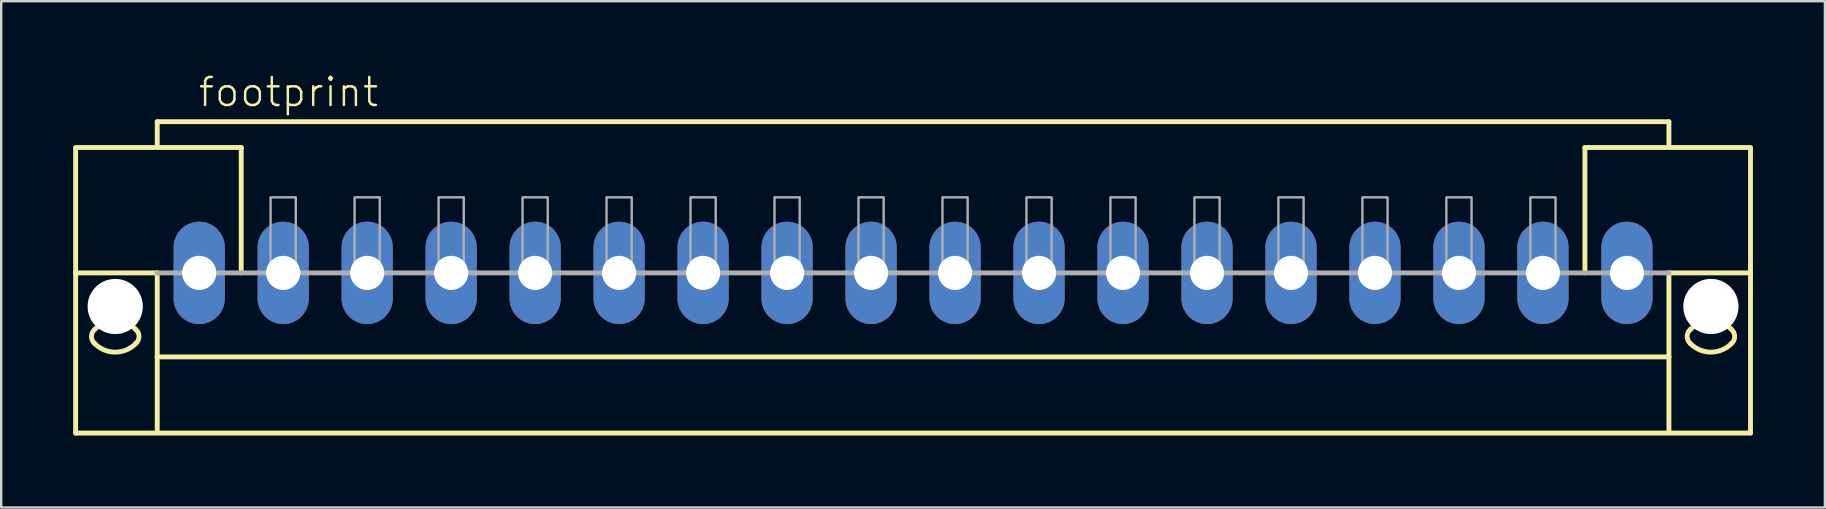
<source format=kicad_pcb>
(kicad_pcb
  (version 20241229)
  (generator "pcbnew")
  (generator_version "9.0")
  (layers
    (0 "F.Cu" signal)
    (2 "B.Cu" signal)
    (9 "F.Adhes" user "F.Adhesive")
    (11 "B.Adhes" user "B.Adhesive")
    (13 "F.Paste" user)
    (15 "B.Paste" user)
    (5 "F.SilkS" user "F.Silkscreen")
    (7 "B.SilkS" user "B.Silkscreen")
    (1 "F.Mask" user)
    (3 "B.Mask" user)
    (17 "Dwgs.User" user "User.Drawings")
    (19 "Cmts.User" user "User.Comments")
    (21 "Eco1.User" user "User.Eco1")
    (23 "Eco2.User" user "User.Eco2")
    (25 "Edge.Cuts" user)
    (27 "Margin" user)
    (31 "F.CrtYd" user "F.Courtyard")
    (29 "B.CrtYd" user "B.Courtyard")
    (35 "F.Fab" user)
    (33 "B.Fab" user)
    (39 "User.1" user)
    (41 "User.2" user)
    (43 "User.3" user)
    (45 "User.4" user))
  (footprint "footprint"
    (layer "F.Cu")
    (at 35.002 8.323)
    (property "Reference" "footprint" (at -29.85 -6.85 0) (layer "F.SilkS") (effects (font (size 1.168 1.168) (thickness 0.102)) (justify left bottom)))
    (fp_line (start -34.9 -5.225) (end -28 -5.225) (stroke (width 0.203) (type solid)) (layer "F.SilkS"))
    (fp_line (start -34.9 -5.2) (end -34.9 0) (stroke (width 0.203) (type solid)) (layer "F.SilkS"))
    (fp_line (start -34.9 0) (end -34.9 6.675) (stroke (width 0.203) (type solid)) (layer "F.SilkS"))
    (fp_line (start -34.9 0) (end -31.5 0) (stroke (width 0.203) (type solid)) (layer "F.SilkS"))
    (fp_line (start -34.9 6.675) (end 34.9 6.675) (stroke (width 0.203) (type solid)) (layer "F.SilkS"))
    (fp_line (start -31.5 -6.3) (end 31.5 -6.3) (stroke (width 0.203) (type solid)) (layer "F.SilkS"))
    (fp_line (start -31.5 -5.3) (end -31.5 -6.3) (stroke (width 0.203) (type solid)) (layer "F.SilkS"))
    (fp_line (start -31.5 0) (end -31.5 3.5) (stroke (width 0.203) (type solid)) (layer "F.SilkS"))
    (fp_line (start -31.5 3.5) (end 31.5 3.5) (stroke (width 0.203) (type solid)) (layer "F.SilkS"))
    (fp_line (start -31.5 6.65) (end -31.5 3.5) (stroke (width 0.203) (type solid)) (layer "F.SilkS"))
    (fp_line (start -28 -5.225) (end -28 -5.2) (stroke (width 0.203) (type solid)) (layer "F.SilkS"))
    (fp_line (start -28 -5.175) (end -28 0) (stroke (width 0.203) (type solid)) (layer "F.SilkS"))
    (fp_line (start 28 -5.225) (end 34.9 -5.225) (stroke (width 0.203) (type solid)) (layer "F.SilkS"))
    (fp_line (start 28 -5.2) (end 28 -5.225) (stroke (width 0.203) (type solid)) (layer "F.SilkS"))
    (fp_line (start 28 0) (end 28 -5.175) (stroke (width 0.203) (type solid)) (layer "F.SilkS"))
    (fp_line (start 31.5 -6.3) (end 31.5 -5.3) (stroke (width 0.203) (type solid)) (layer "F.SilkS"))
    (fp_line (start 31.5 3.5) (end 31.5 0) (stroke (width 0.203) (type solid)) (layer "F.SilkS"))
    (fp_line (start 31.5 6.65) (end 31.5 3.5) (stroke (width 0.203) (type solid)) (layer "F.SilkS"))
    (fp_line (start 34.9 0) (end 31.5 0) (stroke (width 0.203) (type solid)) (layer "F.SilkS"))
    (fp_line (start 34.9 0) (end 34.9 -5.2) (stroke (width 0.203) (type solid)) (layer "F.SilkS"))
    (fp_line (start 34.9 6.675) (end 34.9 0) (stroke (width 0.203) (type solid)) (layer "F.SilkS"))
    (fp_arc (start -34.1 2.35) (mid -33.25 1.997918) (end -32.4 2.35) (stroke (width 0.2032) (type solid)) (layer "F.SilkS"))
    (fp_arc (start -34.1 2.95) (mid -34.240512 2.65) (end -34.1 2.35) (stroke (width 0.2032) (type solid)) (layer "F.SilkS"))
    (fp_arc (start -32.4 2.95) (mid -33.25 3.302082) (end -34.1 2.95) (stroke (width 0.2032) (type solid)) (layer "F.SilkS"))
    (fp_arc (start -32.399999 2.350001) (mid -32.259487 2.650001) (end -32.4 2.95) (stroke (width 0.2032) (type solid)) (layer "F.SilkS"))
    (fp_arc (start 32.399999 2.949999) (mid 32.259487 2.649999) (end 32.4 2.35) (stroke (width 0.2032) (type solid)) (layer "F.SilkS"))
    (fp_arc (start 32.4 2.35) (mid 33.25 1.997918) (end 34.1 2.35) (stroke (width 0.2032) (type solid)) (layer "F.SilkS"))
    (fp_arc (start 34.1 2.35) (mid 34.240512 2.65) (end 34.1 2.95) (stroke (width 0.2032) (type solid)) (layer "F.SilkS"))
    (fp_arc (start 34.1 2.95) (mid 33.25 3.302082) (end 32.4 2.95) (stroke (width 0.2032) (type solid)) (layer "F.SilkS"))
    (fp_line (start 31.5 0) (end -31.5 0) (stroke (width 0.203) (type solid)) (layer "F.Fab"))
    (fp_poly (pts (xy -26.775 0) (xy -25.725 0) (xy -25.725 -3.15) (xy -26.775 -3.15)) (stroke (width 0.1) (type solid)) (fill no) (layer "F.Fab"))
    (fp_poly (pts (xy -23.275 0) (xy -22.225 0) (xy -22.225 -3.15) (xy -23.275 -3.15)) (stroke (width 0.1) (type solid)) (fill no) (layer "F.Fab"))
    (fp_poly (pts (xy -19.775 0) (xy -18.725 0) (xy -18.725 -3.15) (xy -19.775 -3.15)) (stroke (width 0.1) (type solid)) (fill no) (layer "F.Fab"))
    (fp_poly (pts (xy -16.275 0) (xy -15.225 0) (xy -15.225 -3.15) (xy -16.275 -3.15)) (stroke (width 0.1) (type solid)) (fill no) (layer "F.Fab"))
    (fp_poly (pts (xy -12.775 0) (xy -11.725 0) (xy -11.725 -3.15) (xy -12.775 -3.15)) (stroke (width 0.1) (type solid)) (fill no) (layer "F.Fab"))
    (fp_poly (pts (xy -9.275 0) (xy -8.225 0) (xy -8.225 -3.15) (xy -9.275 -3.15)) (stroke (width 0.1) (type solid)) (fill no) (layer "F.Fab"))
    (fp_poly (pts (xy -5.775 0) (xy -4.725 0) (xy -4.725 -3.15) (xy -5.775 -3.15)) (stroke (width 0.1) (type solid)) (fill no) (layer "F.Fab"))
    (fp_poly (pts (xy -2.275 0) (xy -1.225 0) (xy -1.225 -3.15) (xy -2.275 -3.15)) (stroke (width 0.1) (type solid)) (fill no) (layer "F.Fab"))
    (fp_poly (pts (xy 1.225 0) (xy 2.275 0) (xy 2.275 -3.15) (xy 1.225 -3.15)) (stroke (width 0.1) (type solid)) (fill no) (layer "F.Fab"))
    (fp_poly (pts (xy 4.725 0) (xy 5.775 0) (xy 5.775 -3.15) (xy 4.725 -3.15)) (stroke (width 0.1) (type solid)) (fill no) (layer "F.Fab"))
    (fp_poly (pts (xy 8.225 0) (xy 9.275 0) (xy 9.275 -3.15) (xy 8.225 -3.15)) (stroke (width 0.1) (type solid)) (fill no) (layer "F.Fab"))
    (fp_poly (pts (xy 11.725 0) (xy 12.775 0) (xy 12.775 -3.15) (xy 11.725 -3.15)) (stroke (width 0.1) (type solid)) (fill no) (layer "F.Fab"))
    (fp_poly (pts (xy 15.225 0) (xy 16.275 0) (xy 16.275 -3.15) (xy 15.225 -3.15)) (stroke (width 0.1) (type solid)) (fill no) (layer "F.Fab"))
    (fp_poly (pts (xy 18.725 0) (xy 19.775 0) (xy 19.775 -3.15) (xy 18.725 -3.15)) (stroke (width 0.1) (type solid)) (fill no) (layer "F.Fab"))
    (fp_poly (pts (xy 22.225 0) (xy 23.275 0) (xy 23.275 -3.15) (xy 22.225 -3.15)) (stroke (width 0.1) (type solid)) (fill no) (layer "F.Fab"))
    (fp_poly (pts (xy 25.725 0) (xy 26.775 0) (xy 26.775 -3.15) (xy 25.725 -3.15)) (stroke (width 0.1) (type solid)) (fill no) (layer "F.Fab"))
    (pad "" np_thru_hole circle (at -33.25 1.4) (size 2.3 2.3) (drill 2.3) (layers "*.Cu" "*.Mask"))
    (pad "" np_thru_hole circle (at 33.25 1.4) (size 2.3 2.3) (drill 2.3) (layers "*.Cu" "*.Mask"))
    (pad "1" thru_hole oval (at -29.75 0 90) (size 4.267 2.134) (drill 1.422) (layers "*.Cu" "*.Mask"))
    (pad "2" thru_hole oval (at -26.25 0 90) (size 4.267 2.134) (drill 1.422) (layers "*.Cu" "*.Mask"))
    (pad "3" thru_hole oval (at -22.75 0 90) (size 4.267 2.134) (drill 1.422) (layers "*.Cu" "*.Mask"))
    (pad "4" thru_hole oval (at -19.25 0 90) (size 4.267 2.134) (drill 1.422) (layers "*.Cu" "*.Mask"))
    (pad "5" thru_hole oval (at -15.75 0 90) (size 4.267 2.134) (drill 1.422) (layers "*.Cu" "*.Mask"))
    (pad "6" thru_hole oval (at -12.25 0 90) (size 4.267 2.134) (drill 1.422) (layers "*.Cu" "*.Mask"))
    (pad "7" thru_hole oval (at -8.75 0 90) (size 4.267 2.134) (drill 1.422) (layers "*.Cu" "*.Mask"))
    (pad "8" thru_hole oval (at -5.25 0 90) (size 4.267 2.134) (drill 1.422) (layers "*.Cu" "*.Mask"))
    (pad "9" thru_hole oval (at -1.75 0 90) (size 4.267 2.134) (drill 1.422) (layers "*.Cu" "*.Mask"))
    (pad "10" thru_hole oval (at 1.75 0 90) (size 4.267 2.134) (drill 1.422) (layers "*.Cu" "*.Mask"))
    (pad "11" thru_hole oval (at 5.25 0 90) (size 4.267 2.134) (drill 1.422) (layers "*.Cu" "*.Mask"))
    (pad "12" thru_hole oval (at 8.75 0 90) (size 4.267 2.134) (drill 1.422) (layers "*.Cu" "*.Mask"))
    (pad "13" thru_hole oval (at 12.25 0 90) (size 4.267 2.134) (drill 1.422) (layers "*.Cu" "*.Mask"))
    (pad "14" thru_hole oval (at 15.75 0 90) (size 4.267 2.134) (drill 1.422) (layers "*.Cu" "*.Mask"))
    (pad "15" thru_hole oval (at 19.25 0 90) (size 4.267 2.134) (drill 1.422) (layers "*.Cu" "*.Mask"))
    (pad "16" thru_hole oval (at 22.75 0 90) (size 4.267 2.134) (drill 1.422) (layers "*.Cu" "*.Mask"))
    (pad "17" thru_hole oval (at 26.25 0 90) (size 4.267 2.134) (drill 1.422) (layers "*.Cu" "*.Mask"))
    (pad "18" thru_hole oval (at 29.75 0 90) (size 4.267 2.134) (drill 1.422) (layers "*.Cu" "*.Mask")))
  (gr_rect
    (start -3 -3)
    (end 73.003 18.1)
    (stroke (width 0.1) (type default))
    (fill no)
    (layer "Edge.Cuts")))
</source>
